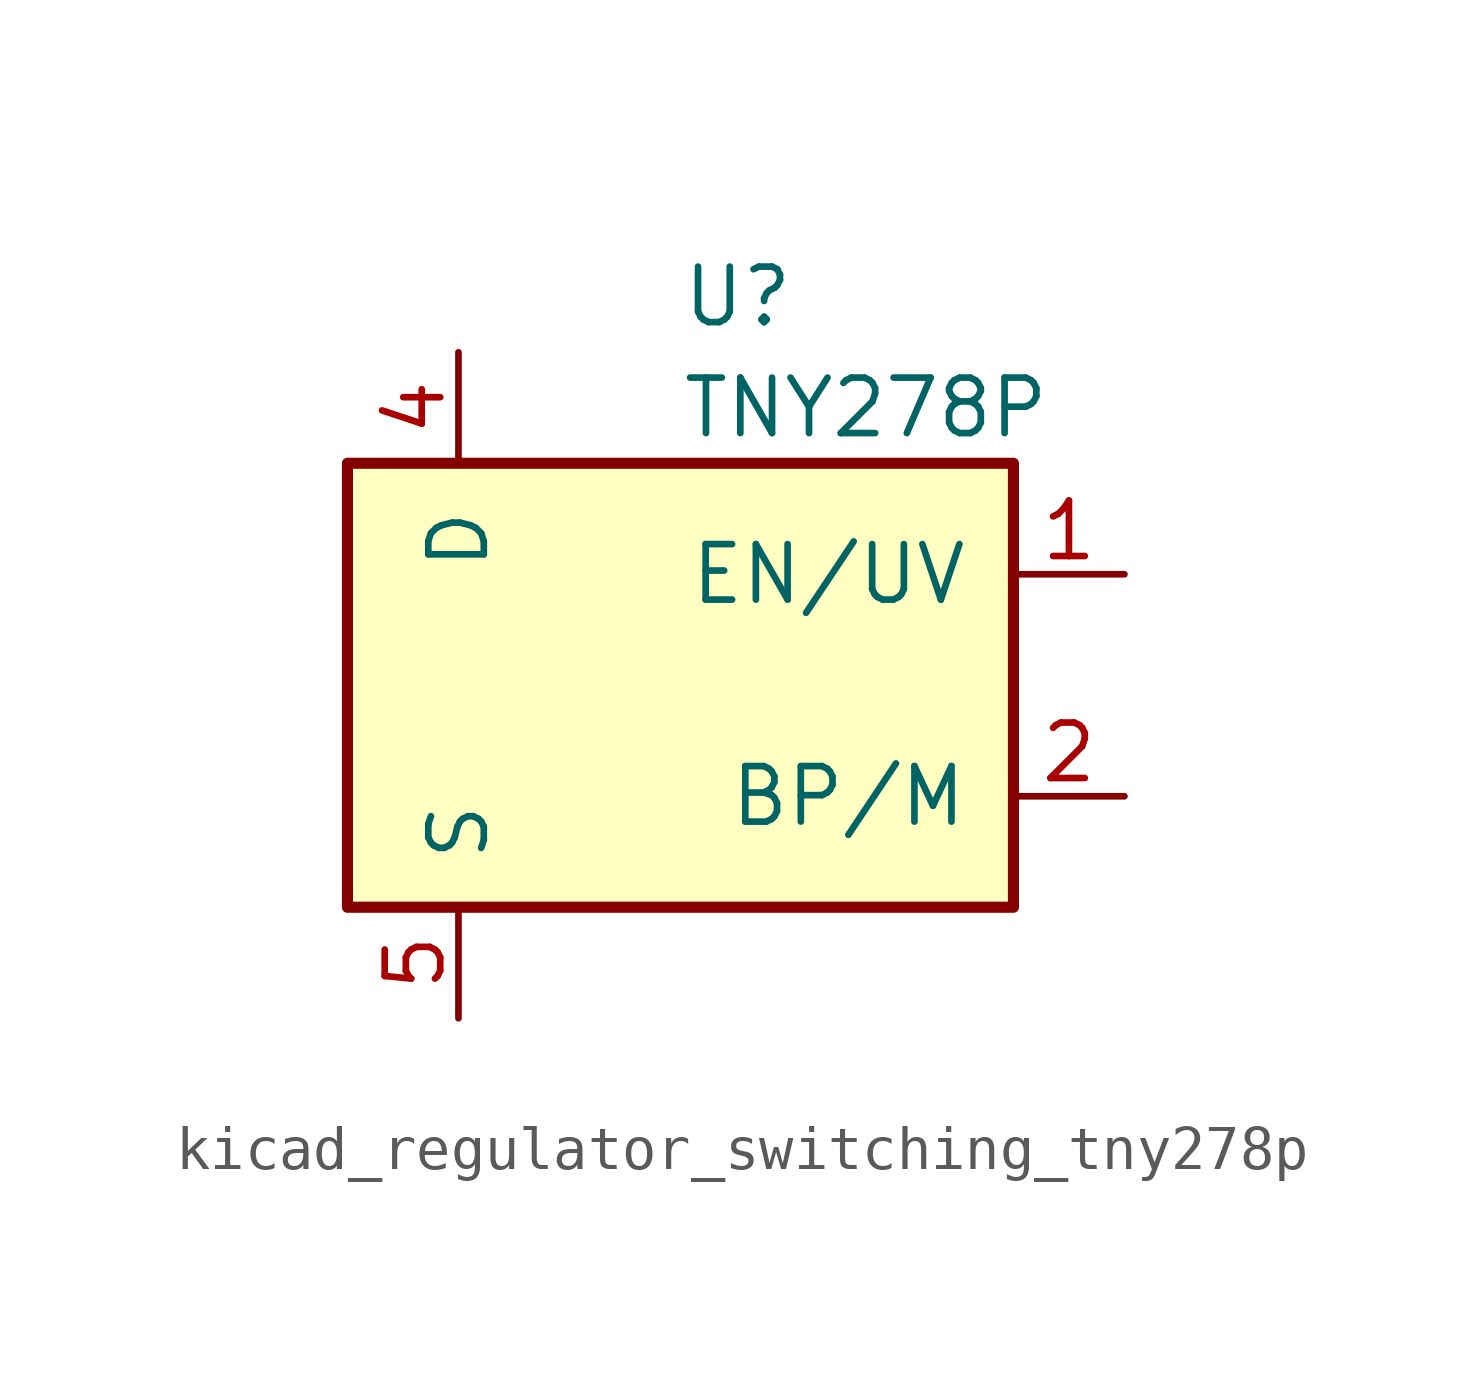
<source format=kicad_sym>
(kicad_symbol_lib
  (version 20220914)
  (generator kicad_symbol_editor)
  (symbol "kicad_regulator_switching_tny278p"
    (pin_names
      (offset 1.016))
    (property "Reference" "U"
      (at 0 8.89 0)
      (effects (font (size 1.27 1.27)) (justify left)))
    (property "Value" "TNY278P"
      (at 0 6.35 0)
      (effects (font (size 1.27 1.27)) (justify left)))
    (symbol "kicad_regulator_switching_tny278p_0_1"
      (rectangle (start -7.62 5.08) (end 7.62 -5.08) (stroke (width 0.254) (type default)) (fill (type background))))
    (symbol "kicad_regulator_switching_tny278p_1_1"
      (pin input line (at 10.16 2.54 180) (length 2.54) (name "EN/UV" (effects (font (size 1.27 1.27)))) (number "1" (effects (font (size 1.27 1.27)))))
      (pin input line (at 10.16 -2.54 180) (length 2.54) (name "BP/M" (effects (font (size 1.27 1.27)))) (number "2" (effects (font (size 1.27 1.27)))))
      (pin open_collector line (at -5.08 7.62 270) (length 2.54) (name "D" (effects (font (size 1.27 1.27)))) (number "4" (effects (font (size 1.27 1.27)))))
      (pin power_in line (at -5.08 -7.62 90) (length 2.54) (name "S" (effects (font (size 1.27 1.27)))) (number "5" (effects (font (size 1.27 1.27)))))
      (pin passive line (at -5.08 -7.62 90) (length 2.54) hide (name "S" (effects (font (size 1.27 1.27)))) (number "6" (effects (font (size 1.27 1.27)))))
      (pin passive line (at -5.08 -7.62 90) (length 2.54) hide (name "S" (effects (font (size 1.27 1.27)))) (number "7" (effects (font (size 1.27 1.27)))))
      (pin passive line (at -5.08 -7.62 90) (length 2.54) hide (name "S" (effects (font (size 1.27 1.27)))) (number "8" (effects (font (size 1.27 1.27))))))))
</source>
